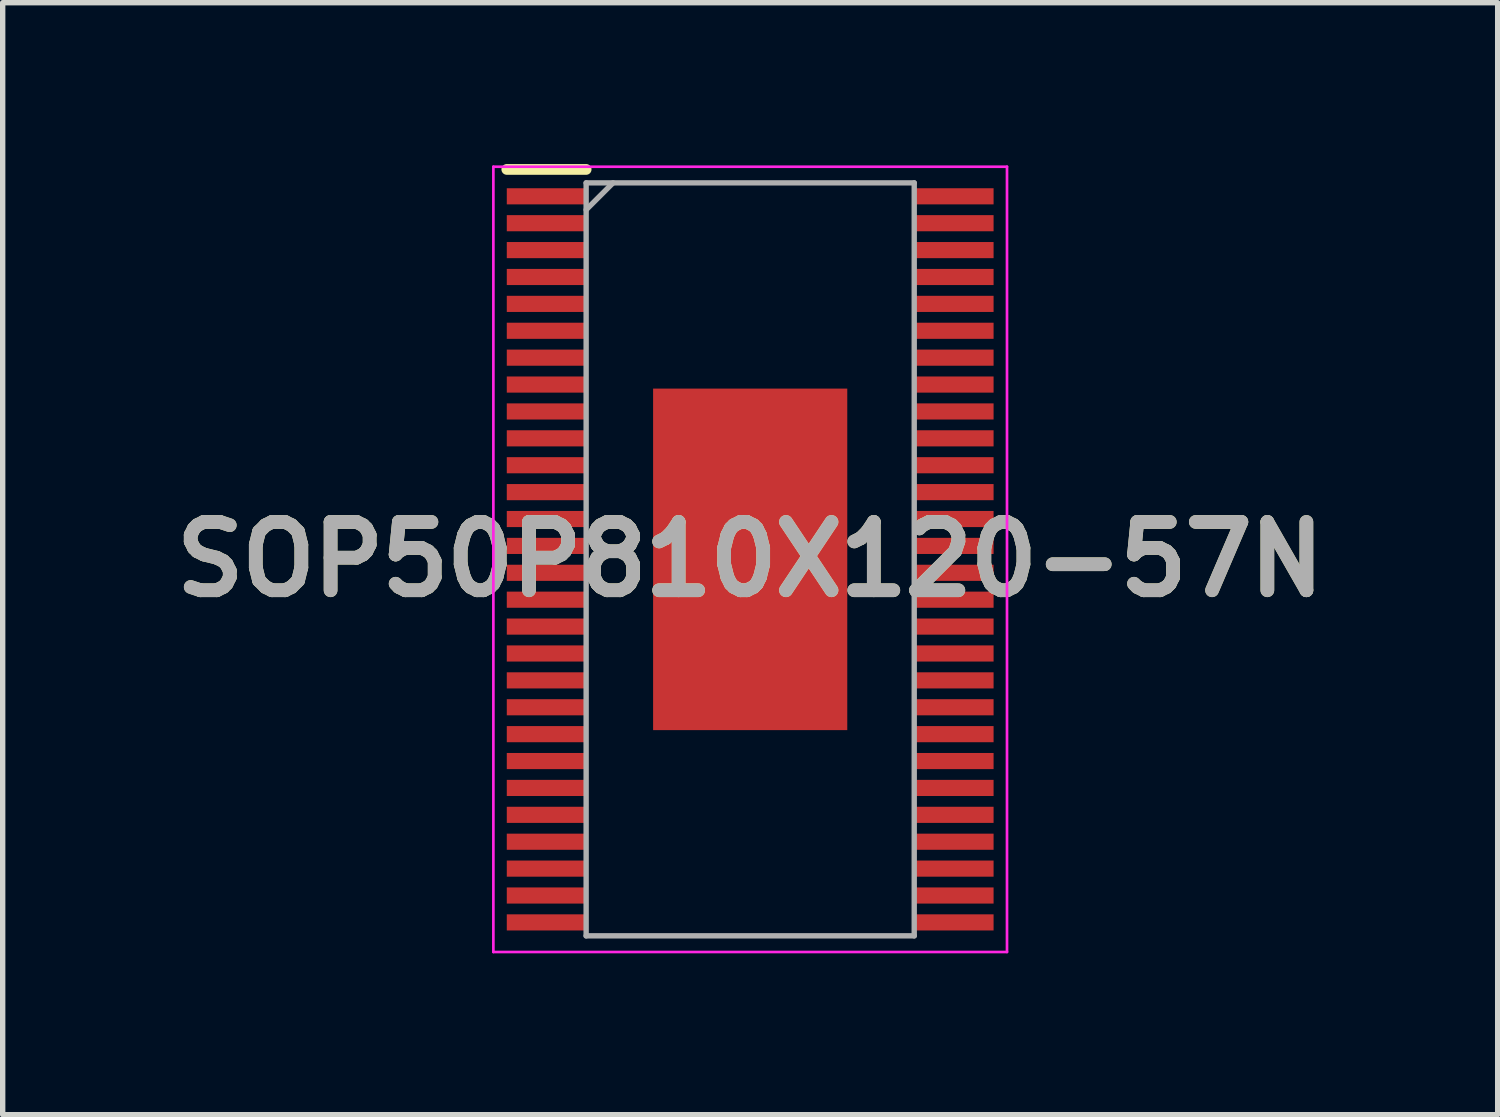
<source format=kicad_pcb>
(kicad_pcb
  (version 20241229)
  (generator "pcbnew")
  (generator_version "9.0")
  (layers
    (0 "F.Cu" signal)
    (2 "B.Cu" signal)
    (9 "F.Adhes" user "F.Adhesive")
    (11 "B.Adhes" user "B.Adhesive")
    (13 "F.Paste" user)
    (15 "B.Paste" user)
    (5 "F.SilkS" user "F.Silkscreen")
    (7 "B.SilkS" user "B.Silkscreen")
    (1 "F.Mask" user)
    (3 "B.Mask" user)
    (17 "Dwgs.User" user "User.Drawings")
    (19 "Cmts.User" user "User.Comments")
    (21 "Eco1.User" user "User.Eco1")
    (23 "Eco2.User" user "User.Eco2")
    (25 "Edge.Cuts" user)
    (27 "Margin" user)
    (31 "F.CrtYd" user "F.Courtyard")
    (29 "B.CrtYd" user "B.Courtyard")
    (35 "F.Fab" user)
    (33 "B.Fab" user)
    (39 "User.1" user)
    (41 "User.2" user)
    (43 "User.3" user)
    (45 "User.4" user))
  (footprint "SOP50P810X120-57N"
    (layer "F.Cu")
    (at 10.898 7.35)
    (property "Reference" "SOP50P810X120-57N" (at 0 0 0) (layer "F.SilkS") (effects (font (size 1.27 1.27) (thickness 0.254))))
    (attr smd)
    (fp_line (start -4.525 -7.25) (end -3.05 -7.25) (stroke (width 0.2) (type solid)) (layer "F.SilkS"))
    (fp_line (start -4.775 -7.3) (end 4.775 -7.3) (stroke (width 0.05) (type solid)) (layer "F.CrtYd"))
    (fp_line (start -4.775 7.3) (end -4.775 -7.3) (stroke (width 0.05) (type solid)) (layer "F.CrtYd"))
    (fp_line (start 4.775 -7.3) (end 4.775 7.3) (stroke (width 0.05) (type solid)) (layer "F.CrtYd"))
    (fp_line (start 4.775 7.3) (end -4.775 7.3) (stroke (width 0.05) (type solid)) (layer "F.CrtYd"))
    (fp_line (start -3.05 -7) (end 3.05 -7) (stroke (width 0.1) (type solid)) (layer "F.Fab"))
    (fp_line (start -3.05 -6.5) (end -2.55 -7) (stroke (width 0.1) (type solid)) (layer "F.Fab"))
    (fp_line (start -3.05 7) (end -3.05 -7) (stroke (width 0.1) (type solid)) (layer "F.Fab"))
    (fp_line (start 3.05 -7) (end 3.05 7) (stroke (width 0.1) (type solid)) (layer "F.Fab"))
    (fp_line (start 3.05 7) (end -3.05 7) (stroke (width 0.1) (type solid)) (layer "F.Fab"))
    (fp_text user "${REFERENCE}" (at 0 0 0) (layer "F.Fab") (effects (font (size 1.27 1.27) (thickness 0.254))))
    (pad "1" smd rect (at -3.788 -6.75 90) (size 0.3 1.475) (layers "F.Cu" "F.Mask" "F.Paste"))
    (pad "2" smd rect (at -3.788 -6.25 90) (size 0.3 1.475) (layers "F.Cu" "F.Mask" "F.Paste"))
    (pad "3" smd rect (at -3.788 -5.75 90) (size 0.3 1.475) (layers "F.Cu" "F.Mask" "F.Paste"))
    (pad "4" smd rect (at -3.788 -5.25 90) (size 0.3 1.475) (layers "F.Cu" "F.Mask" "F.Paste"))
    (pad "5" smd rect (at -3.788 -4.75 90) (size 0.3 1.475) (layers "F.Cu" "F.Mask" "F.Paste"))
    (pad "6" smd rect (at -3.788 -4.25 90) (size 0.3 1.475) (layers "F.Cu" "F.Mask" "F.Paste"))
    (pad "7" smd rect (at -3.788 -3.75 90) (size 0.3 1.475) (layers "F.Cu" "F.Mask" "F.Paste"))
    (pad "8" smd rect (at -3.788 -3.25 90) (size 0.3 1.475) (layers "F.Cu" "F.Mask" "F.Paste"))
    (pad "9" smd rect (at -3.788 -2.75 90) (size 0.3 1.475) (layers "F.Cu" "F.Mask" "F.Paste"))
    (pad "10" smd rect (at -3.788 -2.25 90) (size 0.3 1.475) (layers "F.Cu" "F.Mask" "F.Paste"))
    (pad "11" smd rect (at -3.788 -1.75 90) (size 0.3 1.475) (layers "F.Cu" "F.Mask" "F.Paste"))
    (pad "12" smd rect (at -3.788 -1.25 90) (size 0.3 1.475) (layers "F.Cu" "F.Mask" "F.Paste"))
    (pad "13" smd rect (at -3.788 -0.75 90) (size 0.3 1.475) (layers "F.Cu" "F.Mask" "F.Paste"))
    (pad "14" smd rect (at -3.788 -0.25 90) (size 0.3 1.475) (layers "F.Cu" "F.Mask" "F.Paste"))
    (pad "15" smd rect (at -3.788 0.25 90) (size 0.3 1.475) (layers "F.Cu" "F.Mask" "F.Paste"))
    (pad "16" smd rect (at -3.788 0.75 90) (size 0.3 1.475) (layers "F.Cu" "F.Mask" "F.Paste"))
    (pad "17" smd rect (at -3.788 1.25 90) (size 0.3 1.475) (layers "F.Cu" "F.Mask" "F.Paste"))
    (pad "18" smd rect (at -3.788 1.75 90) (size 0.3 1.475) (layers "F.Cu" "F.Mask" "F.Paste"))
    (pad "19" smd rect (at -3.788 2.25 90) (size 0.3 1.475) (layers "F.Cu" "F.Mask" "F.Paste"))
    (pad "20" smd rect (at -3.788 2.75 90) (size 0.3 1.475) (layers "F.Cu" "F.Mask" "F.Paste"))
    (pad "21" smd rect (at -3.788 3.25 90) (size 0.3 1.475) (layers "F.Cu" "F.Mask" "F.Paste"))
    (pad "22" smd rect (at -3.788 3.75 90) (size 0.3 1.475) (layers "F.Cu" "F.Mask" "F.Paste"))
    (pad "23" smd rect (at -3.788 4.25 90) (size 0.3 1.475) (layers "F.Cu" "F.Mask" "F.Paste"))
    (pad "24" smd rect (at -3.788 4.75 90) (size 0.3 1.475) (layers "F.Cu" "F.Mask" "F.Paste"))
    (pad "25" smd rect (at -3.788 5.25 90) (size 0.3 1.475) (layers "F.Cu" "F.Mask" "F.Paste"))
    (pad "26" smd rect (at -3.788 5.75 90) (size 0.3 1.475) (layers "F.Cu" "F.Mask" "F.Paste"))
    (pad "27" smd rect (at -3.788 6.25 90) (size 0.3 1.475) (layers "F.Cu" "F.Mask" "F.Paste"))
    (pad "28" smd rect (at -3.788 6.75 90) (size 0.3 1.475) (layers "F.Cu" "F.Mask" "F.Paste"))
    (pad "29" smd rect (at 3.788 6.75 90) (size 0.3 1.475) (layers "F.Cu" "F.Mask" "F.Paste"))
    (pad "30" smd rect (at 3.788 6.25 90) (size 0.3 1.475) (layers "F.Cu" "F.Mask" "F.Paste"))
    (pad "31" smd rect (at 3.788 5.75 90) (size 0.3 1.475) (layers "F.Cu" "F.Mask" "F.Paste"))
    (pad "32" smd rect (at 3.788 5.25 90) (size 0.3 1.475) (layers "F.Cu" "F.Mask" "F.Paste"))
    (pad "33" smd rect (at 3.788 4.75 90) (size 0.3 1.475) (layers "F.Cu" "F.Mask" "F.Paste"))
    (pad "34" smd rect (at 3.788 4.25 90) (size 0.3 1.475) (layers "F.Cu" "F.Mask" "F.Paste"))
    (pad "35" smd rect (at 3.788 3.75 90) (size 0.3 1.475) (layers "F.Cu" "F.Mask" "F.Paste"))
    (pad "36" smd rect (at 3.788 3.25 90) (size 0.3 1.475) (layers "F.Cu" "F.Mask" "F.Paste"))
    (pad "37" smd rect (at 3.788 2.75 90) (size 0.3 1.475) (layers "F.Cu" "F.Mask" "F.Paste"))
    (pad "38" smd rect (at 3.788 2.25 90) (size 0.3 1.475) (layers "F.Cu" "F.Mask" "F.Paste"))
    (pad "39" smd rect (at 3.788 1.75 90) (size 0.3 1.475) (layers "F.Cu" "F.Mask" "F.Paste"))
    (pad "40" smd rect (at 3.788 1.25 90) (size 0.3 1.475) (layers "F.Cu" "F.Mask" "F.Paste"))
    (pad "41" smd rect (at 3.788 0.75 90) (size 0.3 1.475) (layers "F.Cu" "F.Mask" "F.Paste"))
    (pad "42" smd rect (at 3.788 0.25 90) (size 0.3 1.475) (layers "F.Cu" "F.Mask" "F.Paste"))
    (pad "43" smd rect (at 3.788 -0.25 90) (size 0.3 1.475) (layers "F.Cu" "F.Mask" "F.Paste"))
    (pad "44" smd rect (at 3.788 -0.75 90) (size 0.3 1.475) (layers "F.Cu" "F.Mask" "F.Paste"))
    (pad "45" smd rect (at 3.788 -1.25 90) (size 0.3 1.475) (layers "F.Cu" "F.Mask" "F.Paste"))
    (pad "46" smd rect (at 3.788 -1.75 90) (size 0.3 1.475) (layers "F.Cu" "F.Mask" "F.Paste"))
    (pad "47" smd rect (at 3.788 -2.25 90) (size 0.3 1.475) (layers "F.Cu" "F.Mask" "F.Paste"))
    (pad "48" smd rect (at 3.788 -2.75 90) (size 0.3 1.475) (layers "F.Cu" "F.Mask" "F.Paste"))
    (pad "49" smd rect (at 3.788 -3.25 90) (size 0.3 1.475) (layers "F.Cu" "F.Mask" "F.Paste"))
    (pad "50" smd rect (at 3.788 -3.75 90) (size 0.3 1.475) (layers "F.Cu" "F.Mask" "F.Paste"))
    (pad "51" smd rect (at 3.788 -4.25 90) (size 0.3 1.475) (layers "F.Cu" "F.Mask" "F.Paste"))
    (pad "52" smd rect (at 3.788 -4.75 90) (size 0.3 1.475) (layers "F.Cu" "F.Mask" "F.Paste"))
    (pad "53" smd rect (at 3.788 -5.25 90) (size 0.3 1.475) (layers "F.Cu" "F.Mask" "F.Paste"))
    (pad "54" smd rect (at 3.788 -5.75 90) (size 0.3 1.475) (layers "F.Cu" "F.Mask" "F.Paste"))
    (pad "55" smd rect (at 3.788 -6.25 90) (size 0.3 1.475) (layers "F.Cu" "F.Mask" "F.Paste"))
    (pad "56" smd rect (at 3.788 -6.75 90) (size 0.3 1.475) (layers "F.Cu" "F.Mask" "F.Paste"))
    (pad "57" smd rect (at 0 0) (size 3.61 6.35) (layers "F.Cu" "F.Mask" "F.Paste")))
  (gr_rect
    (start -3 -3)
    (end 24.796 17.675)
    (stroke (width 0.1) (type default))
    (fill no)
    (layer "Edge.Cuts")))
</source>
